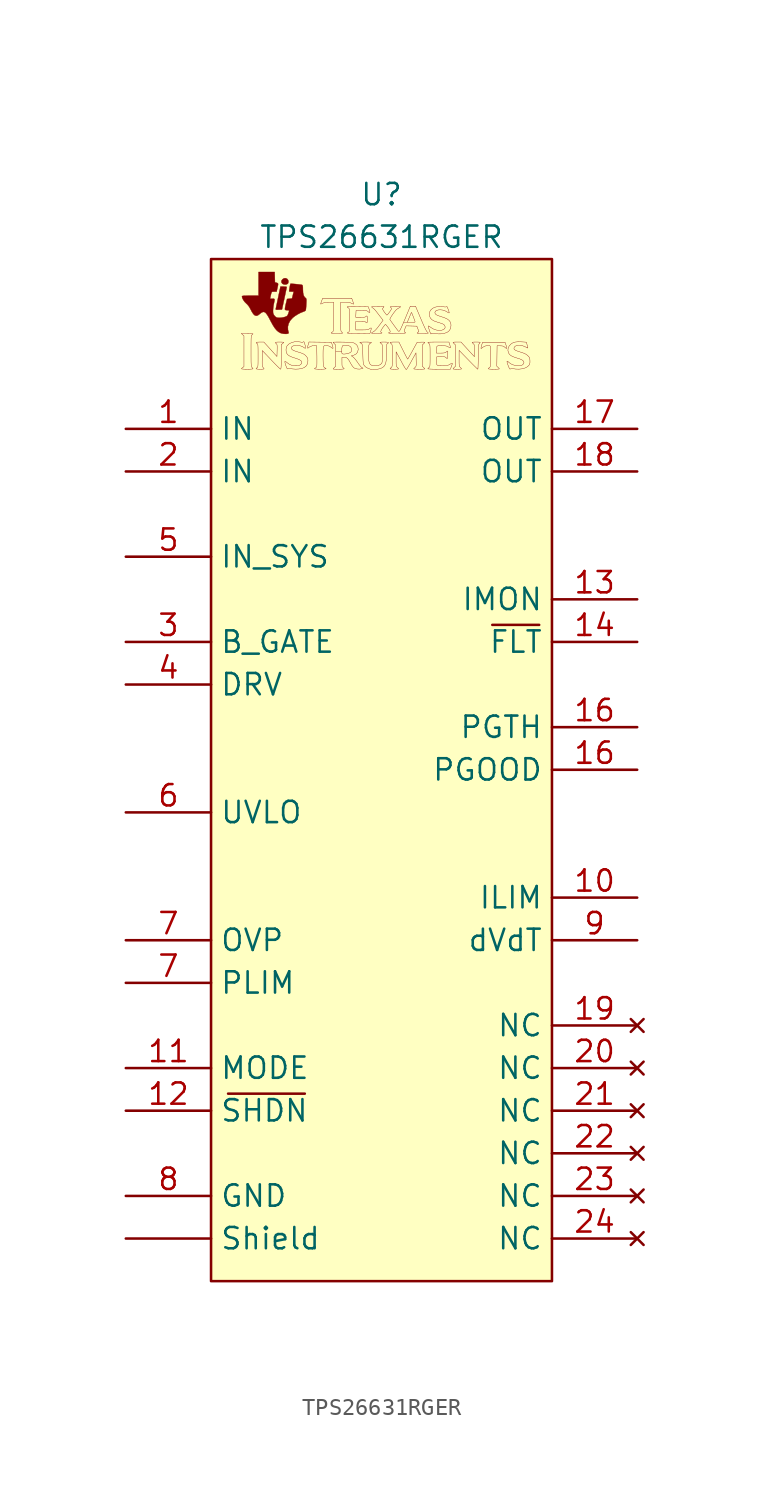
<source format=kicad_sym>
(kicad_symbol_lib
  (version 20241209)
  (generator "kicad_symbol_editor")
  (generator_version "9.0")
  (symbol "TPS26631RGER"
    (property "Reference" "U"
      (at 10.16 64.77 0)
      (effects (font (size 1.27 1.27))))
    (property "Value" "TPS26631RGER"
      (at 10.16 62.23 0)
      (effects (font (size 1.27 1.27))))
    (symbol "TPS26631RGER_0_0"
      (polyline (pts (xy 2.286 54.356) (xy 2.399 54.361) (xy 2.475 54.37) (xy 2.503 54.38) (xy 2.488 54.41) (xy 2.443 54.459) (xy 2.439 54.463) (xy 2.423 54.481) (xy 2.41 54.506) (xy 2.401 54.545) (xy 2.393 54.605) (xy 2.389 54.691) (xy 2.385 54.812) (xy 2.384 54.972) (xy 2.383 55.179) (xy 2.383 55.439) (xy 2.383 55.514) (xy 2.383 55.76) (xy 2.384 55.953) (xy 2.386 56.102) (xy 2.389 56.211) (xy 2.395 56.288) (xy 2.402 56.339) (xy 2.413 56.371) (xy 2.426 56.39) (xy 2.443 56.403) (xy 2.48 56.431) (xy 2.503 56.463) (xy 2.477 56.472) (xy 2.402 56.479) (xy 2.29 56.484) (xy 2.153 56.486) (xy 1.804 56.486) (xy 1.883 56.412) (xy 1.962 56.339) (xy 1.962 55.422) (xy 1.962 54.506) (xy 1.887 54.456) (xy 1.835 54.414) (xy 1.812 54.381) (xy 1.837 54.371) (xy 1.911 54.362) (xy 2.022 54.356) (xy 2.158 54.354) (xy 2.286 54.356)) (stroke (width 0.01) (type default)) (fill (type color) (color 0 0 0 1)))
      (polyline (pts (xy 2.957 54.354) (xy 3.062 54.358) (xy 3.136 54.365) (xy 3.163 54.375) (xy 3.146 54.407) (xy 3.103 54.46) (xy 3.094 54.469) (xy 3.074 54.499) (xy 3.059 54.538) (xy 3.051 54.598) (xy 3.047 54.687) (xy 3.047 54.816) (xy 3.05 54.996) (xy 3.058 55.467) (xy 3.584 54.911) (xy 3.706 54.783) (xy 3.84 54.645) (xy 3.958 54.527) (xy 4.052 54.435) (xy 4.117 54.376) (xy 4.147 54.355) (xy 4.151 54.356) (xy 4.162 54.379) (xy 4.171 54.434) (xy 4.177 54.526) (xy 4.181 54.663) (xy 4.184 54.848) (xy 4.184 55.087) (xy 4.184 55.821) (xy 4.259 55.88) (xy 4.262 55.882) (xy 4.313 55.928) (xy 4.334 55.957) (xy 4.33 55.961) (xy 4.283 55.968) (xy 4.194 55.973) (xy 4.079 55.975) (xy 3.98 55.974) (xy 3.88 55.966) (xy 3.834 55.949) (xy 3.837 55.922) (xy 3.885 55.882) (xy 3.901 55.87) (xy 3.922 55.844) (xy 3.934 55.803) (xy 3.94 55.736) (xy 3.941 55.63) (xy 3.938 55.476) (xy 3.929 55.111) (xy 3.539 55.542) (xy 3.148 55.974) (xy 2.916 55.975) (xy 2.879 55.974) (xy 2.758 55.968) (xy 2.695 55.951) (xy 2.69 55.923) (xy 2.743 55.885) (xy 2.761 55.874) (xy 2.776 55.854) (xy 2.787 55.82) (xy 2.794 55.764) (xy 2.799 55.677) (xy 2.802 55.554) (xy 2.803 55.386) (xy 2.803 55.165) (xy 2.803 54.962) (xy 2.802 54.789) (xy 2.8 54.662) (xy 2.795 54.573) (xy 2.788 54.514) (xy 2.777 54.478) (xy 2.762 54.457) (xy 2.743 54.444) (xy 2.707 54.419) (xy 2.683 54.383) (xy 2.685 54.379) (xy 2.726 54.366) (xy 2.81 54.358) (xy 2.923 54.354) (xy 2.957 54.354)) (stroke (width 0.01) (type default)) (fill (type color) (color 0 0 0 1)))
      (polyline (pts (xy 4.037 57.903) (xy 4.228 57.912) (xy 4.37 58.572) (xy 4.391 58.668) (xy 4.429 58.851) (xy 4.463 59.01) (xy 4.489 59.136) (xy 4.507 59.221) (xy 4.513 59.255) (xy 4.491 59.266) (xy 4.423 59.275) (xy 4.326 59.278) (xy 4.137 59.278) (xy 4.006 58.655) (xy 3.994 58.6) (xy 3.955 58.414) (xy 3.92 58.248) (xy 3.891 58.111) (xy 3.871 58.012) (xy 3.861 57.963) (xy 3.858 57.952) (xy 3.857 57.919) (xy 3.878 57.903) (xy 3.934 57.899) (xy 4.037 57.903)) (stroke (width 0.01) (type default)) (fill (type outline)))
      (polyline (pts (xy 4.527 56.462) (xy 4.601 56.483) (xy 4.617 56.496) (xy 4.627 56.535) (xy 4.609 56.607) (xy 4.584 56.701) (xy 4.579 56.89) (xy 4.627 57.079) (xy 4.725 57.259) (xy 4.869 57.419) (xy 5.002 57.522) (xy 5.17 57.629) (xy 5.343 57.719) (xy 5.496 57.779) (xy 5.528 57.789) (xy 5.603 57.826) (xy 5.643 57.864) (xy 5.65 57.896) (xy 5.66 57.98) (xy 5.67 58.099) (xy 5.678 58.237) (xy 5.681 58.305) (xy 5.685 58.426) (xy 5.684 58.506) (xy 5.674 58.554) (xy 5.656 58.584) (xy 5.626 58.608) (xy 5.573 58.658) (xy 5.517 58.763) (xy 5.485 58.91) (xy 5.475 59.109) (xy 5.475 59.125) (xy 5.473 59.247) (xy 5.465 59.322) (xy 5.449 59.363) (xy 5.423 59.382) (xy 5.39 59.389) (xy 5.309 59.401) (xy 5.2 59.414) (xy 5.076 59.427) (xy 4.953 59.438) (xy 4.845 59.447) (xy 4.767 59.45) (xy 4.734 59.448) (xy 4.73 59.438) (xy 4.715 59.383) (xy 4.698 59.297) (xy 4.68 59.196) (xy 4.666 59.1) (xy 4.658 59.026) (xy 4.659 58.993) (xy 4.667 58.989) (xy 4.72 58.981) (xy 4.801 58.978) (xy 4.928 58.978) (xy 4.877 58.775) (xy 4.826 58.572) (xy 4.679 58.557) (xy 4.532 58.542) (xy 4.46 58.25) (xy 4.441 58.168) (xy 4.417 58.05) (xy 4.405 57.959) (xy 4.405 57.912) (xy 4.447 57.879) (xy 4.546 57.867) (xy 4.571 57.867) (xy 4.635 57.862) (xy 4.655 57.842) (xy 4.647 57.799) (xy 4.637 57.768) (xy 4.599 57.652) (xy 4.566 57.577) (xy 4.529 57.531) (xy 4.48 57.501) (xy 4.407 57.473) (xy 4.353 57.457) (xy 4.219 57.43) (xy 4.089 57.419) (xy 4.074 57.419) (xy 3.969 57.424) (xy 3.895 57.447) (xy 3.827 57.493) (xy 3.818 57.501) (xy 3.75 57.585) (xy 3.706 57.678) (xy 3.699 57.712) (xy 3.693 57.832) (xy 3.703 57.988) (xy 3.726 58.165) (xy 3.762 58.349) (xy 3.777 58.418) (xy 3.789 58.498) (xy 3.777 58.539) (xy 3.735 58.555) (xy 3.655 58.557) (xy 3.516 58.557) (xy 3.535 58.653) (xy 3.537 58.66) (xy 3.559 58.759) (xy 3.585 58.864) (xy 3.602 58.918) (xy 3.627 58.96) (xy 3.674 58.975) (xy 3.762 58.978) (xy 3.908 58.978) (xy 3.956 59.192) (xy 3.968 59.246) (xy 3.991 59.358) (xy 3.999 59.428) (xy 3.988 59.468) (xy 3.958 59.491) (xy 3.906 59.507) (xy 3.809 59.535) (xy 3.8 59.842) (xy 3.792 60.149) (xy 3.312 60.149) (xy 2.833 60.149) (xy 2.833 59.443) (xy 2.833 58.738) (xy 2.338 58.738) (xy 2.282 58.738) (xy 2.113 58.737) (xy 1.994 58.734) (xy 1.915 58.728) (xy 1.869 58.719) (xy 1.848 58.706) (xy 1.842 58.687) (xy 1.864 58.594) (xy 1.923 58.481) (xy 2.007 58.365) (xy 2.108 58.264) (xy 2.17 58.206) (xy 2.27 58.08) (xy 2.362 57.914) (xy 2.438 57.768) (xy 2.527 57.637) (xy 2.613 57.561) (xy 2.7 57.538) (xy 2.793 57.565) (xy 2.896 57.641) (xy 2.938 57.677) (xy 3.03 57.742) (xy 3.11 57.771) (xy 3.186 57.76) (xy 3.261 57.706) (xy 3.341 57.605) (xy 3.432 57.455) (xy 3.539 57.252) (xy 3.568 57.195) (xy 3.689 56.976) (xy 3.8 56.805) (xy 3.907 56.676) (xy 4.015 56.582) (xy 4.132 56.515) (xy 4.179 56.497) (xy 4.295 56.47) (xy 4.418 56.458) (xy 4.527 56.462)) (stroke (width 0.01) (type default)) (fill (type outline)))
      (polyline (pts (xy 4.559 59.439) (xy 4.596 59.483) (xy 4.615 59.568) (xy 4.599 59.66) (xy 4.546 59.733) (xy 4.456 59.78) (xy 4.354 59.776) (xy 4.258 59.715) (xy 4.199 59.631) (xy 4.192 59.543) (xy 4.244 59.458) (xy 4.266 59.44) (xy 4.36 59.404) (xy 4.467 59.403) (xy 4.559 59.439)) (stroke (width 0.01) (type default)) (fill (type outline)))
      (polyline (pts (xy 5.233 54.368) (xy 5.402 54.397) (xy 5.532 54.443) (xy 5.563 54.459) (xy 5.683 54.559) (xy 5.753 54.689) (xy 5.775 54.856) (xy 5.775 54.864) (xy 5.768 54.967) (xy 5.74 55.042) (xy 5.681 55.12) (xy 5.668 55.134) (xy 5.604 55.199) (xy 5.534 55.25) (xy 5.446 55.294) (xy 5.327 55.337) (xy 5.162 55.387) (xy 5.11 55.402) (xy 4.958 55.455) (xy 4.857 55.506) (xy 4.802 55.56) (xy 4.785 55.619) (xy 4.796 55.668) (xy 4.853 55.725) (xy 4.947 55.761) (xy 5.066 55.777) (xy 5.2 55.771) (xy 5.336 55.743) (xy 5.463 55.695) (xy 5.57 55.625) (xy 5.605 55.601) (xy 5.633 55.611) (xy 5.635 55.672) (xy 5.609 55.783) (xy 5.575 55.896) (xy 5.551 55.964) (xy 5.534 55.994) (xy 5.516 55.995) (xy 5.493 55.978) (xy 5.47 55.964) (xy 5.41 55.959) (xy 5.312 55.978) (xy 5.155 56) (xy 4.971 55.988) (xy 4.796 55.94) (xy 4.646 55.861) (xy 4.537 55.755) (xy 4.524 55.735) (xy 4.482 55.635) (xy 4.469 55.505) (xy 4.479 55.392) (xy 4.515 55.291) (xy 4.583 55.208) (xy 4.692 55.136) (xy 4.846 55.07) (xy 5.054 55.003) (xy 5.124 54.981) (xy 5.277 54.917) (xy 5.374 54.847) (xy 5.414 54.772) (xy 5.396 54.694) (xy 5.319 54.615) (xy 5.254 54.579) (xy 5.169 54.56) (xy 5.045 54.557) (xy 5.009 54.558) (xy 4.828 54.581) (xy 4.677 54.641) (xy 4.534 54.745) (xy 4.493 54.778) (xy 4.435 54.817) (xy 4.404 54.824) (xy 4.403 54.823) (xy 4.4 54.781) (xy 4.418 54.698) (xy 4.452 54.587) (xy 4.5 54.461) (xy 4.528 54.404) (xy 4.559 54.372) (xy 4.598 54.381) (xy 4.613 54.386) (xy 4.695 54.393) (xy 4.815 54.378) (xy 4.869 54.37) (xy 5.049 54.358) (xy 5.233 54.368)) (stroke (width 0.01) (type default)) (fill (type color) (color 0 0 0 1)))
      (polyline (pts (xy 6.685 54.358) (xy 6.796 54.368) (xy 6.852 54.383) (xy 6.852 54.404) (xy 6.795 54.43) (xy 6.76 54.446) (xy 6.73 54.48) (xy 6.707 54.538) (xy 6.692 54.626) (xy 6.682 54.752) (xy 6.678 54.924) (xy 6.676 55.148) (xy 6.677 55.352) (xy 6.68 55.511) (xy 6.689 55.624) (xy 6.706 55.699) (xy 6.735 55.742) (xy 6.778 55.762) (xy 6.838 55.765) (xy 6.918 55.758) (xy 6.961 55.753) (xy 7.07 55.722) (xy 7.158 55.659) (xy 7.179 55.64) (xy 7.235 55.601) (xy 7.268 55.596) (xy 7.271 55.624) (xy 7.258 55.695) (xy 7.231 55.789) (xy 7.172 55.96) (xy 6.505 55.968) (xy 5.838 55.977) (xy 5.792 55.82) (xy 5.767 55.735) (xy 5.749 55.649) (xy 5.753 55.611) (xy 5.782 55.615) (xy 5.836 55.656) (xy 5.894 55.697) (xy 6.045 55.754) (xy 6.214 55.76) (xy 6.301 55.75) (xy 6.309 55.165) (xy 6.31 55.152) (xy 6.311 54.967) (xy 6.311 54.801) (xy 6.31 54.663) (xy 6.306 54.563) (xy 6.302 54.514) (xy 6.281 54.472) (xy 6.226 54.429) (xy 6.191 54.413) (xy 6.166 54.382) (xy 6.188 54.372) (xy 6.261 54.363) (xy 6.372 54.356) (xy 6.511 54.354) (xy 6.522 54.354) (xy 6.685 54.358)) (stroke (width 0.01) (type default)) (fill (type color) (color 0 0 0 1)))
      (polyline (pts (xy 7.63 56.487) (xy 7.743 56.492) (xy 7.819 56.5) (xy 7.847 56.509) (xy 7.834 56.531) (xy 7.787 56.569) (xy 7.77 56.581) (xy 7.756 56.601) (xy 7.746 56.633) (xy 7.738 56.685) (xy 7.733 56.764) (xy 7.73 56.876) (xy 7.728 57.027) (xy 7.727 57.225) (xy 7.727 57.477) (xy 7.727 58.347) (xy 7.99 58.347) (xy 8.085 58.346) (xy 8.204 58.338) (xy 8.293 58.318) (xy 8.369 58.285) (xy 8.401 58.269) (xy 8.465 58.241) (xy 8.497 58.236) (xy 8.496 58.261) (xy 8.478 58.327) (xy 8.447 58.418) (xy 8.383 58.587) (xy 7.519 58.587) (xy 6.654 58.587) (xy 6.59 58.418) (xy 6.561 58.34) (xy 6.539 58.269) (xy 6.535 58.238) (xy 6.542 58.238) (xy 6.589 58.254) (xy 6.662 58.288) (xy 6.697 58.304) (xy 6.782 58.33) (xy 6.892 58.343) (xy 7.043 58.347) (xy 7.307 58.347) (xy 7.307 57.494) (xy 7.306 57.282) (xy 7.305 57.073) (xy 7.303 56.912) (xy 7.299 56.792) (xy 7.293 56.707) (xy 7.285 56.65) (xy 7.274 56.614) (xy 7.26 56.593) (xy 7.226 56.565) (xy 7.184 56.546) (xy 7.178 56.545) (xy 7.157 56.516) (xy 7.17 56.506) (xy 7.235 56.495) (xy 7.348 56.488) (xy 7.502 56.486) (xy 7.63 56.487)) (stroke (width 0.01) (type default)) (fill (type color) (color 0 0 0 1)))
      (polyline (pts (xy 7.721 54.356) (xy 7.833 54.361) (xy 7.909 54.37) (xy 7.937 54.38) (xy 7.92 54.409) (xy 7.87 54.451) (xy 7.844 54.472) (xy 7.822 54.504) (xy 7.81 54.557) (xy 7.804 54.644) (xy 7.803 54.778) (xy 7.802 55.06) (xy 7.917 55.069) (xy 7.986 55.069) (xy 8.069 55.047) (xy 8.142 54.99) (xy 8.216 54.892) (xy 8.299 54.744) (xy 8.313 54.719) (xy 8.385 54.597) (xy 8.457 54.498) (xy 8.515 54.439) (xy 8.575 54.406) (xy 8.707 54.369) (xy 8.848 54.36) (xy 8.972 54.383) (xy 9.06 54.417) (xy 8.987 54.454) (xy 8.959 54.475) (xy 8.897 54.541) (xy 8.821 54.637) (xy 8.741 54.751) (xy 8.693 54.821) (xy 8.607 54.934) (xy 8.527 55.026) (xy 8.465 55.082) (xy 8.361 55.153) (xy 8.487 55.187) (xy 8.523 55.198) (xy 8.652 55.267) (xy 8.733 55.372) (xy 8.769 55.517) (xy 8.771 55.55) (xy 8.749 55.696) (xy 8.675 55.813) (xy 8.549 55.903) (xy 8.534 55.91) (xy 8.483 55.929) (xy 8.42 55.943) (xy 8.335 55.953) (xy 8.219 55.961) (xy 8.062 55.966) (xy 7.855 55.97) (xy 7.836 55.971) (xy 7.659 55.973) (xy 7.506 55.973) (xy 7.385 55.971) (xy 7.305 55.968) (xy 7.277 55.964) (xy 7.277 55.962) (xy 7.302 55.927) (xy 7.352 55.873) (xy 7.427 55.798) (xy 7.427 55.407) (xy 7.786 55.407) (xy 7.793 55.543) (xy 7.799 55.621) (xy 7.819 55.717) (xy 7.861 55.77) (xy 7.934 55.789) (xy 8.051 55.786) (xy 8.178 55.768) (xy 8.289 55.719) (xy 8.352 55.638) (xy 8.373 55.523) (xy 8.373 55.516) (xy 8.366 55.432) (xy 8.338 55.381) (xy 8.275 55.336) (xy 8.223 55.313) (xy 8.115 55.282) (xy 7.998 55.263) (xy 7.968 55.26) (xy 7.877 55.258) (xy 7.821 55.275) (xy 7.793 55.321) (xy 7.786 55.407) (xy 7.427 55.407) (xy 7.427 55.165) (xy 7.427 54.532) (xy 7.352 54.456) (xy 7.343 54.447) (xy 7.296 54.396) (xy 7.277 54.368) (xy 7.297 54.363) (xy 7.367 54.358) (xy 7.474 54.355) (xy 7.607 54.354) (xy 7.721 54.356)) (stroke (width 0.01) (type default)) (fill (type color) (color 0 0 0 1)))
      (polyline (pts (xy 8.797 56.493) (xy 9.477 56.501) (xy 9.517 56.636) (xy 9.534 56.694) (xy 9.553 56.778) (xy 9.548 56.814) (xy 9.514 56.81) (xy 9.449 56.77) (xy 9.427 56.755) (xy 9.377 56.728) (xy 9.321 56.711) (xy 9.246 56.701) (xy 9.138 56.697) (xy 8.984 56.696) (xy 8.628 56.696) (xy 8.628 56.951) (xy 8.628 57.206) (xy 8.914 57.206) (xy 8.922 57.206) (xy 9.059 57.204) (xy 9.147 57.197) (xy 9.196 57.183) (xy 9.217 57.161) (xy 9.23 57.141) (xy 9.276 57.116) (xy 9.285 57.118) (xy 9.305 57.144) (xy 9.315 57.21) (xy 9.318 57.327) (xy 9.318 57.352) (xy 9.313 57.465) (xy 9.297 57.523) (xy 9.27 57.53) (xy 9.228 57.492) (xy 9.206 57.474) (xy 9.149 57.458) (xy 9.053 57.449) (xy 8.908 57.447) (xy 8.625 57.447) (xy 8.634 57.649) (xy 8.643 57.852) (xy 8.913 57.861) (xy 8.939 57.861) (xy 9.088 57.864) (xy 9.192 57.859) (xy 9.266 57.844) (xy 9.322 57.817) (xy 9.374 57.775) (xy 9.393 57.758) (xy 9.445 57.729) (xy 9.469 57.75) (xy 9.463 57.817) (xy 9.427 57.927) (xy 9.36 58.092) (xy 8.739 58.1) (xy 8.573 58.102) (xy 8.403 58.103) (xy 8.281 58.101) (xy 8.198 58.097) (xy 8.149 58.089) (xy 8.124 58.078) (xy 8.117 58.063) (xy 8.123 58.041) (xy 8.161 58.017) (xy 8.164 58.017) (xy 8.197 58.008) (xy 8.223 57.977) (xy 8.241 57.919) (xy 8.254 57.827) (xy 8.262 57.694) (xy 8.266 57.515) (xy 8.267 57.281) (xy 8.267 57.26) (xy 8.266 57.032) (xy 8.262 56.856) (xy 8.253 56.727) (xy 8.24 56.638) (xy 8.221 56.583) (xy 8.195 56.554) (xy 8.161 56.546) (xy 8.142 56.543) (xy 8.117 56.515) (xy 8.138 56.506) (xy 8.216 56.498) (xy 8.353 56.493) (xy 8.547 56.491) (xy 8.797 56.493)) (stroke (width 0.01) (type default)) (fill (type color) (color 0 0 0 1)))
      (polyline (pts (xy 9.87 54.346) (xy 10.024 54.374) (xy 10.146 54.415) (xy 10.166 54.425) (xy 10.259 54.483) (xy 10.331 54.552) (xy 10.384 54.643) (xy 10.421 54.762) (xy 10.444 54.916) (xy 10.456 55.115) (xy 10.459 55.366) (xy 10.459 55.465) (xy 10.46 55.62) (xy 10.464 55.729) (xy 10.47 55.801) (xy 10.481 55.845) (xy 10.497 55.87) (xy 10.519 55.885) (xy 10.548 55.903) (xy 10.577 55.935) (xy 10.55 55.958) (xy 10.466 55.971) (xy 10.324 55.975) (xy 10.277 55.975) (xy 10.171 55.972) (xy 10.097 55.965) (xy 10.069 55.957) (xy 10.069 55.956) (xy 10.092 55.926) (xy 10.144 55.88) (xy 10.147 55.878) (xy 10.173 55.855) (xy 10.193 55.828) (xy 10.205 55.789) (xy 10.213 55.727) (xy 10.217 55.634) (xy 10.219 55.499) (xy 10.219 55.314) (xy 10.219 55.235) (xy 10.215 55.052) (xy 10.208 54.902) (xy 10.198 54.793) (xy 10.186 54.736) (xy 10.175 54.713) (xy 10.09 54.627) (xy 9.96 54.574) (xy 9.793 54.556) (xy 9.768 54.557) (xy 9.643 54.569) (xy 9.547 54.601) (xy 9.476 54.66) (xy 9.428 54.753) (xy 9.398 54.885) (xy 9.383 55.065) (xy 9.378 55.297) (xy 9.38 55.472) (xy 9.387 55.638) (xy 9.401 55.757) (xy 9.423 55.836) (xy 9.455 55.884) (xy 9.499 55.907) (xy 9.516 55.912) (xy 9.561 55.932) (xy 9.55 55.95) (xy 9.486 55.964) (xy 9.373 55.972) (xy 9.213 55.975) (xy 9.105 55.974) (xy 8.978 55.969) (xy 8.897 55.959) (xy 8.868 55.945) (xy 8.872 55.933) (xy 8.909 55.915) (xy 8.91 55.915) (xy 8.95 55.908) (xy 8.98 55.883) (xy 9.003 55.834) (xy 9.02 55.751) (xy 9.032 55.63) (xy 9.041 55.463) (xy 9.048 55.243) (xy 9.053 55.05) (xy 9.059 54.897) (xy 9.066 54.787) (xy 9.076 54.709) (xy 9.089 54.653) (xy 9.107 54.612) (xy 9.13 54.575) (xy 9.21 54.494) (xy 9.346 54.411) (xy 9.513 54.35) (xy 9.567 54.34) (xy 9.71 54.334) (xy 9.87 54.346)) (stroke (width 0.01) (type default)) (fill (type color) (color 0 0 0 1)))
      (polyline (pts (xy 11.242 56.487) (xy 11.415 56.492) (xy 11.531 56.501) (xy 11.591 56.514) (xy 11.599 56.533) (xy 11.555 56.557) (xy 11.53 56.572) (xy 11.513 56.613) (xy 11.526 56.686) (xy 11.569 56.8) (xy 11.629 56.938) (xy 11.948 56.93) (xy 12.267 56.921) (xy 12.328 56.759) (xy 12.388 56.597) (xy 12.317 56.542) (xy 12.292 56.522) (xy 12.281 56.505) (xy 12.298 56.495) (xy 12.352 56.489) (xy 12.449 56.487) (xy 12.598 56.486) (xy 12.734 56.488) (xy 12.847 56.491) (xy 12.923 56.497) (xy 12.951 56.504) (xy 12.931 56.532) (xy 12.881 56.577) (xy 12.88 56.578) (xy 12.842 56.631) (xy 12.784 56.737) (xy 12.707 56.897) (xy 12.613 57.109) (xy 12.501 57.37) (xy 12.19 58.107) (xy 12.033 58.107) (xy 11.876 58.107) (xy 11.779 57.874) (xy 11.763 57.834) (xy 11.64 57.54) (xy 11.539 57.296) (xy 11.476 57.146) (xy 11.694 57.146) (xy 11.816 57.439) (xy 11.855 57.533) (xy 11.899 57.638) (xy 11.931 57.711) (xy 11.946 57.741) (xy 11.951 57.735) (xy 11.973 57.687) (xy 12.007 57.605) (xy 12.048 57.503) (xy 12.089 57.395) (xy 12.126 57.293) (xy 12.153 57.214) (xy 12.161 57.186) (xy 12.155 57.163) (xy 12.123 57.152) (xy 12.053 57.147) (xy 11.934 57.146) (xy 11.694 57.146) (xy 11.476 57.146) (xy 11.455 57.098) (xy 11.387 56.941) (xy 11.334 56.821) (xy 11.291 56.733) (xy 11.258 56.672) (xy 11.232 56.635) (xy 11.212 56.615) (xy 11.194 56.609) (xy 11.176 56.613) (xy 11.171 56.617) (xy 11.136 56.659) (xy 11.078 56.735) (xy 11.004 56.835) (xy 10.921 56.947) (xy 10.837 57.063) (xy 10.76 57.17) (xy 10.698 57.259) (xy 10.659 57.318) (xy 10.659 57.34) (xy 10.689 57.407) (xy 10.749 57.509) (xy 10.837 57.641) (xy 10.848 57.656) (xy 10.947 57.79) (xy 11.027 57.883) (xy 11.098 57.946) (xy 11.169 57.989) (xy 11.212 58.012) (xy 11.275 58.052) (xy 11.3 58.08) (xy 11.286 58.089) (xy 11.226 58.099) (xy 11.131 58.105) (xy 11.018 58.107) (xy 10.902 58.105) (xy 10.797 58.099) (xy 10.72 58.09) (xy 10.684 58.077) (xy 10.681 58.058) (xy 10.712 58.029) (xy 10.735 58.014) (xy 10.759 57.964) (xy 10.747 57.93) (xy 10.706 57.861) (xy 10.648 57.775) (xy 10.585 57.689) (xy 10.527 57.618) (xy 10.486 57.58) (xy 10.479 57.581) (xy 10.443 57.615) (xy 10.39 57.679) (xy 10.331 57.76) (xy 10.275 57.841) (xy 10.235 57.91) (xy 10.219 57.952) (xy 10.226 57.973) (xy 10.264 58.017) (xy 10.289 58.042) (xy 10.309 58.081) (xy 10.303 58.086) (xy 10.254 58.096) (xy 10.164 58.102) (xy 10.049 58.106) (xy 9.921 58.106) (xy 9.796 58.104) (xy 9.688 58.098) (xy 9.609 58.09) (xy 9.574 58.078) (xy 9.573 58.076) (xy 9.588 58.044) (xy 9.641 58.006) (xy 9.702 57.96) (xy 9.779 57.881) (xy 9.857 57.787) (xy 9.925 57.696) (xy 10.028 57.562) (xy 10.121 57.442) (xy 10.254 57.272) (xy 10.019 56.955) (xy 9.936 56.846) (xy 9.829 56.717) (xy 9.743 56.632) (xy 9.672 56.584) (xy 9.646 56.571) (xy 9.584 56.534) (xy 9.559 56.508) (xy 9.576 56.501) (xy 9.641 56.493) (xy 9.744 56.488) (xy 9.874 56.486) (xy 9.956 56.487) (xy 10.08 56.492) (xy 10.16 56.502) (xy 10.189 56.516) (xy 10.188 56.524) (xy 10.158 56.546) (xy 10.12 56.561) (xy 10.116 56.615) (xy 10.155 56.706) (xy 10.234 56.83) (xy 10.254 56.857) (xy 10.319 56.943) (xy 10.37 57.004) (xy 10.396 57.026) (xy 10.4 57.025) (xy 10.434 56.992) (xy 10.49 56.924) (xy 10.559 56.834) (xy 10.638 56.714) (xy 10.677 56.622) (xy 10.672 56.565) (xy 10.621 56.546) (xy 10.603 56.543) (xy 10.579 56.516) (xy 10.583 56.511) (xy 10.633 56.501) (xy 10.737 56.492) (xy 10.891 56.487) (xy 11.09 56.486) (xy 11.242 56.487)) (stroke (width 0.01) (type default)) (fill (type color) (color 0 0 0 1)))
      (polyline (pts (xy 11.665 54.361) (xy 11.712 54.435) (xy 11.778 54.544) (xy 11.857 54.681) (xy 11.944 54.837) (xy 12.216 55.33) (xy 12.224 54.925) (xy 12.225 54.867) (xy 12.228 54.721) (xy 12.227 54.62) (xy 12.221 54.555) (xy 12.208 54.513) (xy 12.187 54.484) (xy 12.157 54.458) (xy 12.153 54.455) (xy 12.101 54.407) (xy 12.08 54.376) (xy 12.101 54.368) (xy 12.171 54.361) (xy 12.278 54.356) (xy 12.411 54.354) (xy 12.525 54.355) (xy 12.637 54.359) (xy 12.713 54.365) (xy 12.741 54.373) (xy 12.741 54.375) (xy 12.717 54.41) (xy 12.666 54.462) (xy 12.591 54.531) (xy 12.591 55.165) (xy 12.591 55.798) (xy 12.666 55.868) (xy 12.672 55.874) (xy 12.721 55.925) (xy 12.741 55.958) (xy 12.74 55.96) (xy 12.701 55.968) (xy 12.621 55.971) (xy 12.512 55.969) (xy 12.284 55.96) (xy 12.009 55.458) (xy 12.004 55.448) (xy 11.918 55.292) (xy 11.842 55.157) (xy 11.78 55.051) (xy 11.738 54.981) (xy 11.719 54.955) (xy 11.719 54.955) (xy 11.7 54.983) (xy 11.659 55.057) (xy 11.601 55.167) (xy 11.53 55.306) (xy 11.45 55.465) (xy 11.196 55.975) (xy 10.933 55.975) (xy 10.878 55.975) (xy 10.771 55.97) (xy 10.697 55.961) (xy 10.669 55.949) (xy 10.687 55.92) (xy 10.737 55.878) (xy 10.738 55.877) (xy 10.76 55.861) (xy 10.776 55.839) (xy 10.788 55.805) (xy 10.796 55.75) (xy 10.801 55.666) (xy 10.803 55.546) (xy 10.804 55.382) (xy 10.804 55.165) (xy 10.804 55.15) (xy 10.804 54.936) (xy 10.803 54.775) (xy 10.8 54.657) (xy 10.796 54.575) (xy 10.787 54.522) (xy 10.775 54.489) (xy 10.759 54.468) (xy 10.737 54.452) (xy 10.692 54.415) (xy 10.669 54.38) (xy 10.674 54.376) (xy 10.721 54.365) (xy 10.809 54.357) (xy 10.925 54.354) (xy 10.972 54.355) (xy 11.078 54.358) (xy 11.152 54.365) (xy 11.18 54.373) (xy 11.179 54.375) (xy 11.155 54.41) (xy 11.105 54.462) (xy 11.092 54.474) (xy 11.066 54.503) (xy 11.049 54.539) (xy 11.038 54.592) (xy 11.032 54.672) (xy 11.03 54.792) (xy 11.03 54.961) (xy 11.031 55.39) (xy 11.122 55.225) (xy 11.126 55.217) (xy 11.178 55.122) (xy 11.249 54.992) (xy 11.329 54.843) (xy 11.41 54.69) (xy 11.434 54.645) (xy 11.506 54.519) (xy 11.568 54.419) (xy 11.614 54.353) (xy 11.64 54.332) (xy 11.64 54.332) (xy 11.665 54.361)) (stroke (width 0.01) (type default)) (fill (type color) (color 0 0 0 1)))
      (polyline (pts (xy 13.112 56.459) (xy 13.151 56.487) (xy 13.161 56.495) (xy 13.219 56.502) (xy 13.323 56.484) (xy 13.422 56.468) (xy 13.557 56.46) (xy 13.695 56.462) (xy 13.909 56.492) (xy 14.081 56.557) (xy 14.204 56.656) (xy 14.278 56.79) (xy 14.302 56.958) (xy 14.296 57.051) (xy 14.26 57.167) (xy 14.188 57.265) (xy 14.074 57.349) (xy 13.911 57.424) (xy 13.694 57.495) (xy 13.643 57.511) (xy 13.5 57.562) (xy 13.407 57.613) (xy 13.357 57.669) (xy 13.341 57.736) (xy 13.367 57.806) (xy 13.438 57.857) (xy 13.542 57.887) (xy 13.667 57.895) (xy 13.801 57.881) (xy 13.932 57.844) (xy 14.048 57.782) (xy 14.099 57.749) (xy 14.161 57.714) (xy 14.192 57.707) (xy 14.196 57.723) (xy 14.184 57.78) (xy 14.15 57.881) (xy 14.093 58.031) (xy 14.091 58.036) (xy 14.061 58.089) (xy 14.036 58.084) (xy 14.036 58.083) (xy 14.005 58.066) (xy 13.938 58.064) (xy 13.825 58.079) (xy 13.786 58.084) (xy 13.578 58.092) (xy 13.393 58.063) (xy 13.236 58) (xy 13.116 57.907) (xy 13.039 57.789) (xy 13.011 57.648) (xy 13.022 57.529) (xy 13.07 57.407) (xy 13.16 57.309) (xy 13.299 57.228) (xy 13.492 57.159) (xy 13.6 57.127) (xy 13.723 57.087) (xy 13.806 57.056) (xy 13.861 57.027) (xy 13.897 56.996) (xy 13.926 56.957) (xy 13.957 56.868) (xy 13.935 56.789) (xy 13.866 56.724) (xy 13.756 56.682) (xy 13.612 56.666) (xy 13.601 56.666) (xy 13.425 56.691) (xy 13.248 56.754) (xy 13.099 56.844) (xy 13.06 56.874) (xy 12.994 56.919) (xy 12.956 56.936) (xy 12.952 56.932) (xy 12.954 56.888) (xy 12.973 56.805) (xy 13.005 56.696) (xy 13.019 56.654) (xy 13.056 56.553) (xy 13.085 56.482) (xy 13.102 56.456) (xy 13.112 56.459)) (stroke (width 0.01) (type default)) (fill (type color) (color 0 0 0 1)))
      (polyline (pts (xy 14.311 54.482) (xy 14.322 54.514) (xy 14.354 54.601) (xy 14.377 54.662) (xy 14.384 54.686) (xy 14.371 54.712) (xy 14.321 54.699) (xy 14.239 54.647) (xy 14.207 54.626) (xy 14.152 54.602) (xy 14.08 54.586) (xy 13.976 54.576) (xy 13.826 54.569) (xy 13.783 54.568) (xy 13.634 54.565) (xy 13.534 54.575) (xy 13.474 54.603) (xy 13.444 54.656) (xy 13.435 54.743) (xy 13.438 54.869) (xy 13.447 55.09) (xy 13.693 55.098) (xy 13.722 55.099) (xy 13.838 55.101) (xy 13.913 55.094) (xy 13.962 55.077) (xy 14.001 55.046) (xy 14.047 55.004) (xy 14.077 54.985) (xy 14.079 54.986) (xy 14.085 55.023) (xy 14.09 55.104) (xy 14.092 55.212) (xy 14.092 55.439) (xy 14.013 55.377) (xy 13.966 55.347) (xy 13.905 55.327) (xy 13.815 55.318) (xy 13.683 55.315) (xy 13.431 55.315) (xy 13.431 55.506) (xy 13.433 55.587) (xy 13.444 55.675) (xy 13.476 55.729) (xy 13.538 55.756) (xy 13.64 55.764) (xy 13.792 55.76) (xy 13.926 55.751) (xy 14.025 55.737) (xy 14.096 55.714) (xy 14.154 55.678) (xy 14.172 55.666) (xy 14.232 55.632) (xy 14.265 55.628) (xy 14.268 55.651) (xy 14.256 55.719) (xy 14.231 55.811) (xy 14.179 55.975) (xy 13.55 55.975) (xy 13.489 55.975) (xy 13.308 55.974) (xy 13.152 55.971) (xy 13.03 55.968) (xy 12.95 55.963) (xy 12.921 55.958) (xy 12.94 55.93) (xy 12.989 55.885) (xy 12.989 55.885) (xy 13.011 55.865) (xy 13.027 55.842) (xy 13.039 55.806) (xy 13.047 55.75) (xy 13.052 55.665) (xy 13.055 55.545) (xy 13.056 55.38) (xy 13.056 55.164) (xy 13.056 55.15) (xy 13.056 54.937) (xy 13.055 54.775) (xy 13.052 54.657) (xy 13.047 54.575) (xy 13.039 54.522) (xy 13.027 54.489) (xy 13.011 54.468) (xy 12.989 54.452) (xy 12.944 54.415) (xy 12.921 54.38) (xy 12.928 54.377) (xy 12.984 54.369) (xy 13.087 54.363) (xy 13.228 54.358) (xy 13.4 54.355) (xy 13.594 54.354) (xy 14.267 54.354) (xy 14.311 54.482)) (stroke (width 0.01) (type default)) (fill (type color) (color 0 0 0 1)))
      (polyline (pts (xy 15.905 54.367) (xy 15.911 54.431) (xy 15.916 54.542) (xy 15.92 54.691) (xy 15.923 54.87) (xy 15.924 55.071) (xy 15.924 55.272) (xy 15.925 55.453) (xy 15.927 55.589) (xy 15.932 55.687) (xy 15.939 55.756) (xy 15.95 55.803) (xy 15.964 55.836) (xy 15.983 55.864) (xy 15.986 55.867) (xy 16.027 55.924) (xy 16.044 55.958) (xy 16.041 55.96) (xy 15.999 55.968) (xy 15.915 55.973) (xy 15.803 55.975) (xy 15.769 55.975) (xy 15.664 55.972) (xy 15.591 55.965) (xy 15.563 55.956) (xy 15.563 55.954) (xy 15.588 55.92) (xy 15.638 55.868) (xy 15.659 55.848) (xy 15.684 55.814) (xy 15.7 55.77) (xy 15.709 55.703) (xy 15.713 55.601) (xy 15.713 55.451) (xy 15.712 55.322) (xy 15.71 55.209) (xy 15.706 55.133) (xy 15.701 55.105) (xy 15.7 55.105) (xy 15.672 55.132) (xy 15.611 55.196) (xy 15.524 55.289) (xy 15.415 55.406) (xy 15.293 55.54) (xy 14.897 55.975) (xy 14.659 55.975) (xy 14.628 55.975) (xy 14.523 55.972) (xy 14.45 55.965) (xy 14.422 55.956) (xy 14.423 55.954) (xy 14.447 55.92) (xy 14.497 55.868) (xy 14.572 55.798) (xy 14.572 55.165) (xy 14.572 54.531) (xy 14.497 54.462) (xy 14.491 54.456) (xy 14.442 54.404) (xy 14.422 54.373) (xy 14.427 54.37) (xy 14.474 54.362) (xy 14.562 54.356) (xy 14.678 54.354) (xy 14.725 54.355) (xy 14.831 54.358) (xy 14.905 54.365) (xy 14.933 54.373) (xy 14.932 54.375) (xy 14.908 54.41) (xy 14.858 54.462) (xy 14.835 54.484) (xy 14.813 54.513) (xy 14.798 54.551) (xy 14.79 54.61) (xy 14.785 54.699) (xy 14.784 54.827) (xy 14.784 55.006) (xy 14.785 55.48) (xy 15.332 54.916) (xy 15.469 54.775) (xy 15.604 54.638) (xy 15.721 54.522) (xy 15.813 54.432) (xy 15.875 54.374) (xy 15.901 54.353) (xy 15.905 54.367)) (stroke (width 0.01) (type default)) (fill (type color) (color 0 0 0 1)))
      (polyline (pts (xy 16.969 54.355) (xy 17.081 54.359) (xy 17.156 54.365) (xy 17.184 54.373) (xy 17.184 54.375) (xy 17.16 54.41) (xy 17.109 54.462) (xy 17.033 54.533) (xy 17.041 55.141) (xy 17.049 55.75) (xy 17.238 55.747) (xy 17.309 55.745) (xy 17.395 55.734) (xy 17.457 55.708) (xy 17.515 55.659) (xy 17.537 55.64) (xy 17.592 55.6) (xy 17.623 55.593) (xy 17.625 55.621) (xy 17.611 55.691) (xy 17.583 55.786) (xy 17.525 55.96) (xy 16.854 55.96) (xy 16.182 55.96) (xy 16.129 55.782) (xy 16.106 55.697) (xy 16.09 55.623) (xy 16.09 55.589) (xy 16.09 55.588) (xy 16.12 55.598) (xy 16.171 55.638) (xy 16.203 55.665) (xy 16.349 55.74) (xy 16.524 55.765) (xy 16.54 55.765) (xy 16.609 55.758) (xy 16.642 55.73) (xy 16.66 55.664) (xy 16.665 55.619) (xy 16.669 55.517) (xy 16.671 55.377) (xy 16.671 55.211) (xy 16.669 55.03) (xy 16.669 55.024) (xy 16.665 54.835) (xy 16.661 54.696) (xy 16.655 54.599) (xy 16.646 54.535) (xy 16.634 54.495) (xy 16.616 54.47) (xy 16.591 54.452) (xy 16.546 54.415) (xy 16.524 54.38) (xy 16.545 54.371) (xy 16.614 54.362) (xy 16.721 54.356) (xy 16.854 54.354) (xy 16.969 54.355)) (stroke (width 0.01) (type default)) (fill (type color) (color 0 0 0 1)))
      (polyline (pts (xy 18.554 54.38) (xy 18.726 54.431) (xy 18.864 54.505) (xy 18.957 54.6) (xy 18.993 54.672) (xy 19.009 54.758) (xy 19.008 54.876) (xy 19.001 54.955) (xy 18.983 55.033) (xy 18.945 55.096) (xy 18.874 55.167) (xy 18.849 55.19) (xy 18.758 55.254) (xy 18.643 55.309) (xy 18.486 55.362) (xy 18.4 55.389) (xy 18.254 55.438) (xy 18.155 55.479) (xy 18.094 55.516) (xy 18.064 55.554) (xy 18.055 55.596) (xy 18.057 55.62) (xy 18.096 55.698) (xy 18.178 55.752) (xy 18.291 55.78) (xy 18.426 55.781) (xy 18.571 55.753) (xy 18.716 55.696) (xy 18.785 55.661) (xy 18.851 55.628) (xy 18.88 55.615) (xy 18.879 55.635) (xy 18.866 55.699) (xy 18.843 55.791) (xy 18.796 55.966) (xy 18.658 55.976) (xy 18.456 55.987) (xy 18.287 55.988) (xy 18.157 55.977) (xy 18.053 55.953) (xy 17.966 55.915) (xy 17.883 55.86) (xy 17.771 55.742) (xy 17.707 55.605) (xy 17.695 55.46) (xy 17.739 55.316) (xy 17.764 55.274) (xy 17.818 55.209) (xy 17.895 55.154) (xy 18.002 55.101) (xy 18.15 55.047) (xy 18.348 54.986) (xy 18.402 54.969) (xy 18.537 54.907) (xy 18.622 54.835) (xy 18.652 54.758) (xy 18.628 54.679) (xy 18.546 54.604) (xy 18.448 54.566) (xy 18.31 54.556) (xy 18.155 54.573) (xy 17.999 54.616) (xy 17.859 54.68) (xy 17.753 54.762) (xy 17.747 54.767) (xy 17.682 54.827) (xy 17.646 54.836) (xy 17.639 54.795) (xy 17.662 54.702) (xy 17.715 54.557) (xy 17.738 54.498) (xy 17.777 54.41) (xy 17.806 54.367) (xy 17.832 54.36) (xy 17.861 54.382) (xy 17.877 54.389) (xy 17.947 54.393) (xy 18.055 54.379) (xy 18.154 54.364) (xy 18.359 54.358) (xy 18.554 54.38)) (stroke (width 0.01) (type default)) (fill (type color) (color 0 0 0 1))))
    (symbol "TPS26631RGER_0_1"
      (polyline (pts (xy 5.588 11.176) (xy 1.016 11.176)) (stroke (width 0) (type default)) (fill (type none)))
      (polyline (pts (xy 19.558 39.116) (xy 16.764 39.116)) (stroke (width 0) (type default)) (fill (type none))))
    (symbol "TPS26631RGER_1_1"
      (rectangle (start 0 60.919) (end 20.32 0) (stroke (width 0) (type solid)) (fill (type background)))
      (pin power_in line (at -5.08 50.8 0) (length 5.08) (name "IN" (effects (font (size 1.27 1.27)))) (number "1" (effects (font (size 1.27 1.27)))))
      (pin power_in line (at -5.08 48.26 0) (length 5.08) (name "IN" (effects (font (size 1.27 1.27)))) (number "2" (effects (font (size 1.27 1.27)))))
      (pin power_in line (at -5.08 43.18 0) (length 5.08) (name "IN_SYS" (effects (font (size 1.27 1.27)))) (number "5" (effects (font (size 1.27 1.27)))))
      (pin output line (at -5.08 38.1 0) (length 5.08) (name "B_GATE" (effects (font (size 1.27 1.27)))) (number "3" (effects (font (size 1.27 1.27)))))
      (pin output line (at -5.08 35.56 0) (length 5.08) (name "DRV" (effects (font (size 1.27 1.27)))) (number "4" (effects (font (size 1.27 1.27)))))
      (pin input line (at -5.08 27.94 0) (length 5.08) (name "UVLO" (effects (font (size 1.27 1.27)))) (number "6" (effects (font (size 1.27 1.27)))))
      (pin input line (at -5.08 20.32 0) (length 5.08) (name "OVP" (effects (font (size 1.27 1.27)))) (number "7" (effects (font (size 1.27 1.27)))))
      (pin input line (at -5.08 17.78 0) (length 5.08) (name "PLIM" (effects (font (size 1.27 1.27)))) (number "7" (effects (font (size 1.27 1.27)))))
      (pin input line (at -5.08 12.7 0) (length 5.08) (name "MODE" (effects (font (size 1.27 1.27)))) (number "11" (effects (font (size 1.27 1.27)))))
      (pin bidirectional line (at -5.08 10.16 0) (length 5.08) (name "SHDN" (effects (font (size 1.27 1.27)))) (number "12" (effects (font (size 1.27 1.27)))))
      (pin power_in line (at -5.08 5.08 0) (length 5.08) (name "GND" (effects (font (size 1.27 1.27)))) (number "8" (effects (font (size 1.27 1.27)))))
      (pin power_in line (at -5.08 2.54 0) (length 5.08) (name "Shield" (effects (font (size 1.27 1.27)))) (number "Shield" (effects (font (size 0 0)))))
      (pin power_out line (at 25.4 50.8 180) (length 5.08) (name "OUT" (effects (font (size 1.27 1.27)))) (number "17" (effects (font (size 1.27 1.27)))))
      (pin power_out line (at 25.4 48.26 180) (length 5.08) (name "OUT" (effects (font (size 1.27 1.27)))) (number "18" (effects (font (size 1.27 1.27)))))
      (pin output line (at 25.4 40.64 180) (length 5.08) (name "IMON" (effects (font (size 1.27 1.27)))) (number "13" (effects (font (size 1.27 1.27)))))
      (pin output line (at 25.4 38.1 180) (length 5.08) (name "FLT" (effects (font (size 1.27 1.27)))) (number "14" (effects (font (size 1.27 1.27)))))
      (pin input line (at 25.4 33.02 180) (length 5.08) (name "PGTH" (effects (font (size 1.27 1.27)))) (number "16" (effects (font (size 1.27 1.27)))))
      (pin output line (at 25.4 30.48 180) (length 5.08) (name "PGOOD" (effects (font (size 1.27 1.27)))) (number "16" (effects (font (size 1.27 1.27)))))
      (pin bidirectional line (at 25.4 22.86 180) (length 5.08) (name "ILIM" (effects (font (size 1.27 1.27)))) (number "10" (effects (font (size 1.27 1.27)))))
      (pin bidirectional line (at 25.4 20.32 180) (length 5.08) (name "dVdT" (effects (font (size 1.27 1.27)))) (number "9" (effects (font (size 1.27 1.27)))))
      (pin no_connect line (at 25.4 15.24 180) (length 5.08) (name "NC" (effects (font (size 1.27 1.27)))) (number "19" (effects (font (size 1.27 1.27)))))
      (pin no_connect line (at 25.4 12.7 180) (length 5.08) (name "NC" (effects (font (size 1.27 1.27)))) (number "20" (effects (font (size 1.27 1.27)))))
      (pin no_connect line (at 25.4 10.16 180) (length 5.08) (name "NC" (effects (font (size 1.27 1.27)))) (number "21" (effects (font (size 1.27 1.27)))))
      (pin no_connect line (at 25.4 7.62 180) (length 5.08) (name "NC" (effects (font (size 1.27 1.27)))) (number "22" (effects (font (size 1.27 1.27)))))
      (pin no_connect line (at 25.4 5.08 180) (length 5.08) (name "NC" (effects (font (size 1.27 1.27)))) (number "23" (effects (font (size 1.27 1.27)))))
      (pin no_connect line (at 25.4 2.54 180) (length 5.08) (name "NC" (effects (font (size 1.27 1.27)))) (number "24" (effects (font (size 1.27 1.27))))))))
</source>
